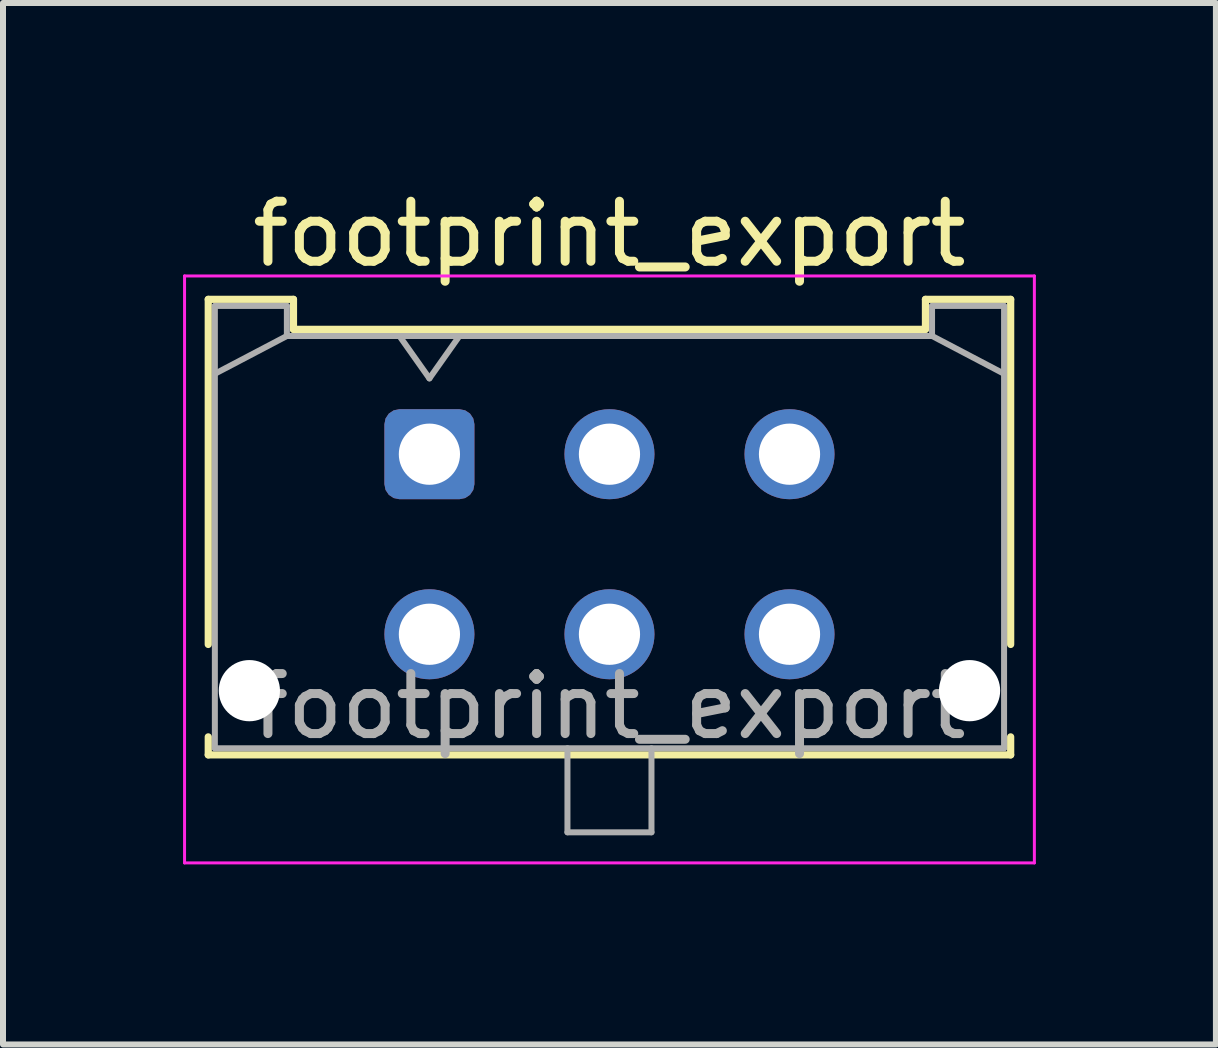
<source format=kicad_pcb>
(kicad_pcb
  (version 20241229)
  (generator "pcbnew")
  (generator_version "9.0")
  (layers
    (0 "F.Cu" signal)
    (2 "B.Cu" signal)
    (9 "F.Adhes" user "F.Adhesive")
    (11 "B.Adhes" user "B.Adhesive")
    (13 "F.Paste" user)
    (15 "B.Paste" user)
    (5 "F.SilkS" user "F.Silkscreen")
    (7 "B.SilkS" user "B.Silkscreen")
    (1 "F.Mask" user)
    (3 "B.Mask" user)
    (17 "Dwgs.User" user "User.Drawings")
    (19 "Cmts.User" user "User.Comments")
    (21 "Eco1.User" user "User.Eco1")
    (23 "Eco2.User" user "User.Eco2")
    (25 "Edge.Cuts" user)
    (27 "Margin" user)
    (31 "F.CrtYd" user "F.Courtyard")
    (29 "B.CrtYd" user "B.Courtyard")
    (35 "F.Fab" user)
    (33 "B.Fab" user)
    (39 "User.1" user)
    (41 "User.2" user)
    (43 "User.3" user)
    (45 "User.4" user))
  (footprint "footprint_export"
    (layer "F.Cu")
    (at 4.105 4.518)
    (property "Reference" "footprint_export" (at 3 -3.67 0) (layer "F.SilkS") (effects (font (size 1 1) (thickness 0.15))))
    (attr through_hole)
    (fp_line (start -3.685 -2.58) (end -2.265 -2.58) (stroke (width 0.12) (type solid)) (layer "F.SilkS"))
    (fp_line (start -3.685 3.17) (end -3.685 -2.58) (stroke (width 0.12) (type solid)) (layer "F.SilkS"))
    (fp_line (start -3.685 4.71) (end -3.685 5.01) (stroke (width 0.12) (type solid)) (layer "F.SilkS"))
    (fp_line (start -3.685 5.01) (end 9.685 5.01) (stroke (width 0.12) (type solid)) (layer "F.SilkS"))
    (fp_line (start -2.265 -2.58) (end -2.265 -2.08) (stroke (width 0.12) (type solid)) (layer "F.SilkS"))
    (fp_line (start -2.265 -2.08) (end 8.265 -2.08) (stroke (width 0.12) (type solid)) (layer "F.SilkS"))
    (fp_line (start 8.265 -2.58) (end 9.685 -2.58) (stroke (width 0.12) (type solid)) (layer "F.SilkS"))
    (fp_line (start 8.265 -2.08) (end 8.265 -2.58) (stroke (width 0.12) (type solid)) (layer "F.SilkS"))
    (fp_line (start 9.685 -2.58) (end 9.685 3.17) (stroke (width 0.12) (type solid)) (layer "F.SilkS"))
    (fp_line (start 9.685 5.01) (end 9.685 4.71) (stroke (width 0.12) (type solid)) (layer "F.SilkS"))
    (fp_line (start -4.08 -2.97) (end 10.08 -2.97) (stroke (width 0.05) (type solid)) (layer "F.CrtYd"))
    (fp_line (start -4.08 6.81) (end -4.08 -2.97) (stroke (width 0.05) (type solid)) (layer "F.CrtYd"))
    (fp_line (start 10.08 -2.97) (end 10.08 6.81) (stroke (width 0.05) (type solid)) (layer "F.CrtYd"))
    (fp_line (start 10.08 6.81) (end -4.08 6.81) (stroke (width 0.05) (type solid)) (layer "F.CrtYd"))
    (fp_line (start -3.575 -2.47) (end -3.575 4.9) (stroke (width 0.1) (type solid)) (layer "F.Fab"))
    (fp_line (start -3.575 -1.34) (end -2.375 -1.97) (stroke (width 0.1) (type solid)) (layer "F.Fab"))
    (fp_line (start -3.575 4.9) (end 9.575 4.9) (stroke (width 0.1) (type solid)) (layer "F.Fab"))
    (fp_line (start -2.375 -2.47) (end -3.575 -2.47) (stroke (width 0.1) (type solid)) (layer "F.Fab"))
    (fp_line (start -2.375 -1.97) (end -2.375 -2.47) (stroke (width 0.1) (type solid)) (layer "F.Fab"))
    (fp_line (start -0.5 -1.97) (end 0 -1.263) (stroke (width 0.1) (type solid)) (layer "F.Fab"))
    (fp_line (start 0 -1.263) (end 0.5 -1.97) (stroke (width 0.1) (type solid)) (layer "F.Fab"))
    (fp_line (start 2.3 4.9) (end 2.3 6.3) (stroke (width 0.1) (type solid)) (layer "F.Fab"))
    (fp_line (start 2.3 6.3) (end 3.7 6.3) (stroke (width 0.1) (type solid)) (layer "F.Fab"))
    (fp_line (start 3.7 6.3) (end 3.7 4.9) (stroke (width 0.1) (type solid)) (layer "F.Fab"))
    (fp_line (start 8.375 -2.47) (end 8.375 -1.97) (stroke (width 0.1) (type solid)) (layer "F.Fab"))
    (fp_line (start 8.375 -1.97) (end -2.375 -1.97) (stroke (width 0.1) (type solid)) (layer "F.Fab"))
    (fp_line (start 9.575 -2.47) (end 8.375 -2.47) (stroke (width 0.1) (type solid)) (layer "F.Fab"))
    (fp_line (start 9.575 -1.34) (end 8.375 -1.97) (stroke (width 0.1) (type solid)) (layer "F.Fab"))
    (fp_line (start 9.575 4.9) (end 9.575 -2.47) (stroke (width 0.1) (type solid)) (layer "F.Fab"))
    (fp_text user "${REFERENCE}" (at 3 4.2 0) (layer "F.Fab") (effects (font (size 1 1) (thickness 0.15))))
    (pad "" np_thru_hole circle (at -3 3.94) (size 1.02 1.02) (drill 1.02) (layers "*.Cu" "*.Mask"))
    (pad "" np_thru_hole circle (at 9 3.94) (size 1.02 1.02) (drill 1.02) (layers "*.Cu" "*.Mask"))
    (pad "1" thru_hole roundrect (at 0 0) (size 1.5 1.5) (drill 1.02) (layers "*.Cu" "*.Mask") (roundrect_rratio 0.167))
    (pad "2" thru_hole circle (at 3 0) (size 1.5 1.5) (drill 1.02) (layers "*.Cu" "*.Mask"))
    (pad "3" thru_hole circle (at 6 0) (size 1.5 1.5) (drill 1.02) (layers "*.Cu" "*.Mask"))
    (pad "4" thru_hole circle (at 0 3) (size 1.5 1.5) (drill 1.02) (layers "*.Cu" "*.Mask"))
    (pad "5" thru_hole circle (at 3 3) (size 1.5 1.5) (drill 1.02) (layers "*.Cu" "*.Mask"))
    (pad "6" thru_hole circle (at 6 3) (size 1.5 1.5) (drill 1.02) (layers "*.Cu" "*.Mask")))
  (gr_rect
    (start -3 -3)
    (end 17.21 14.353)
    (stroke (width 0.1) (type default))
    (fill no)
    (layer "Edge.Cuts")))
</source>
